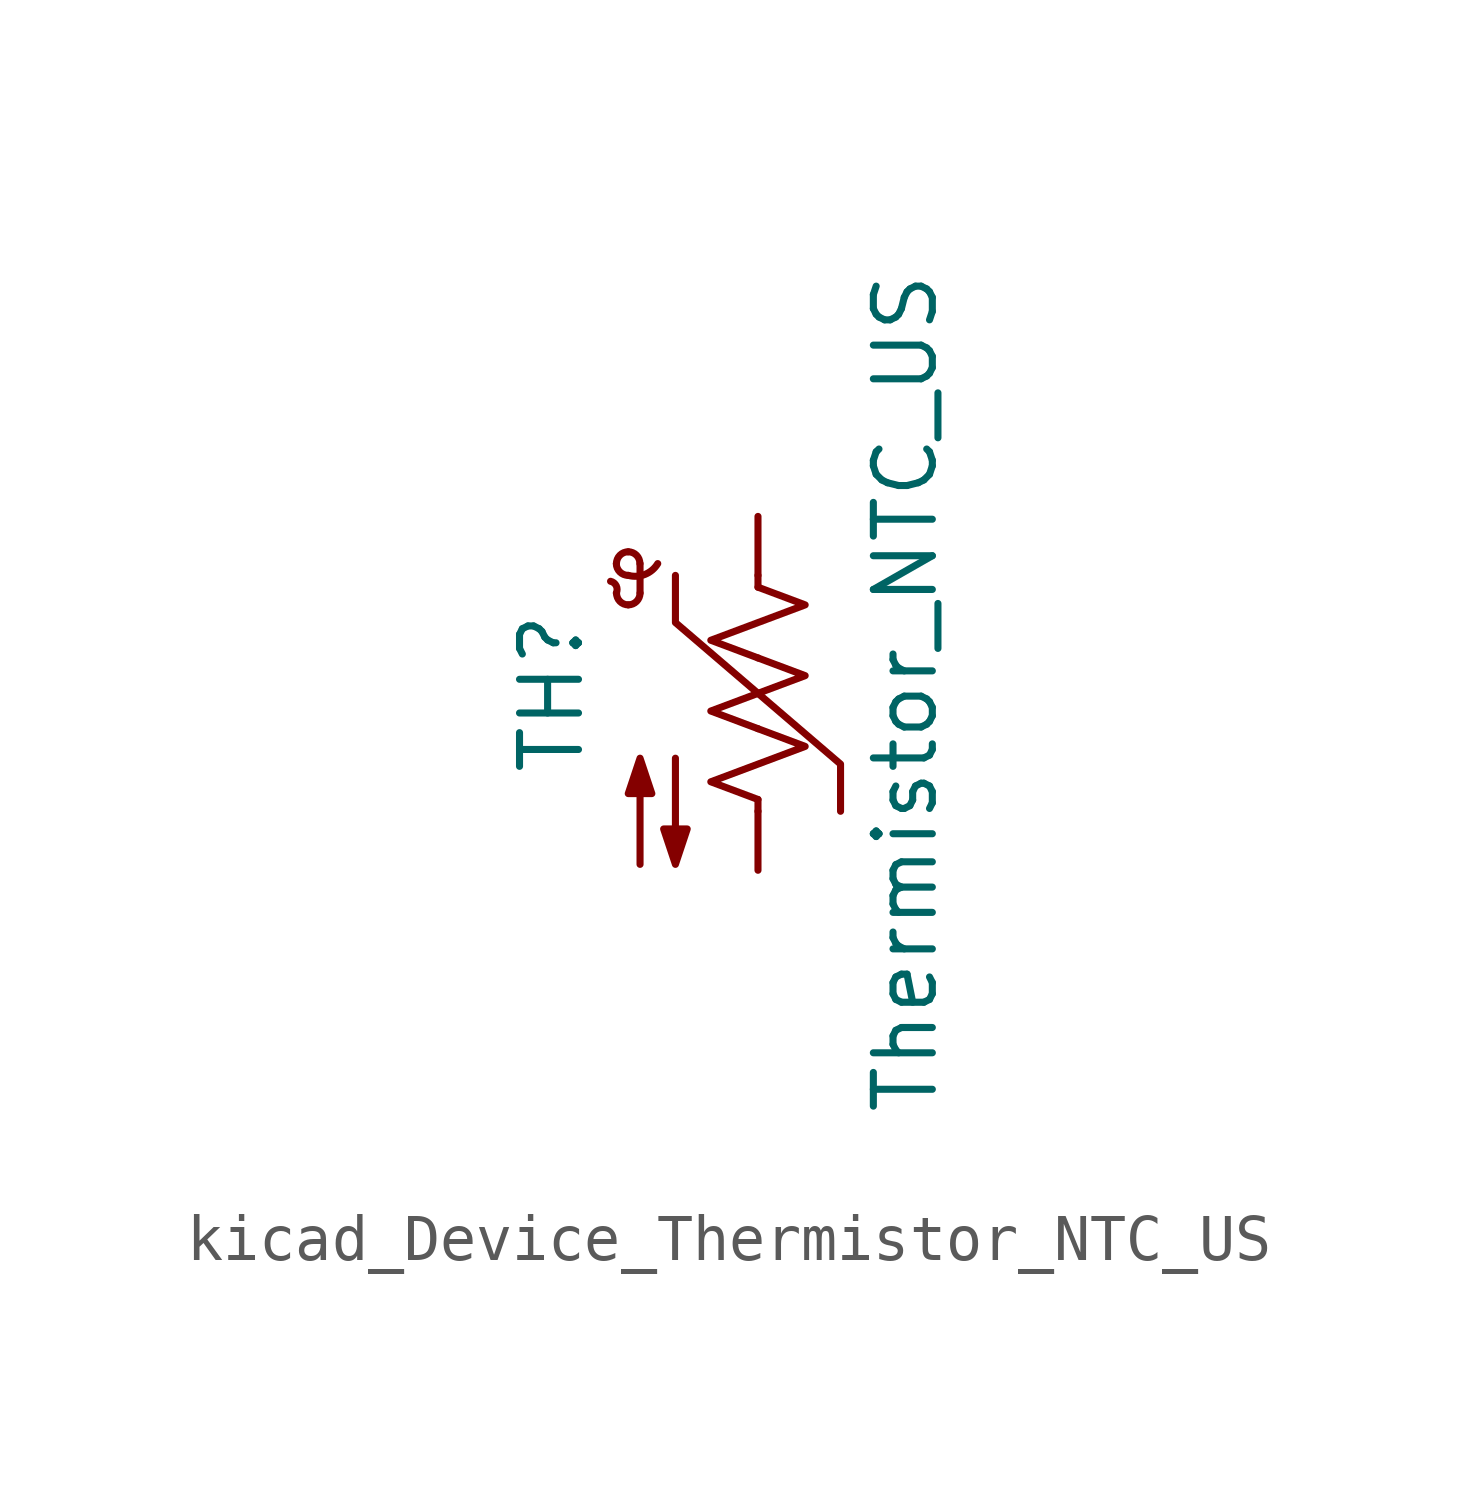
<source format=kicad_sym>
(kicad_symbol_lib
  (version 20220914)
  (generator kicad_symbol_editor)
  (symbol "kicad_Device_Thermistor_NTC_US"
    (pin_numbers hide)
    (pin_names
      (offset 0))
    (property "Reference" "TH"
      (at -4.445 0 90)
      (effects (font (size 1.27 1.27))))
    (property "Value" "Thermistor_NTC_US"
      (at 3.175 0 90)
      (effects (font (size 1.27 1.27))))
    (symbol "kicad_Device_Thermistor_NTC_US_0_1"
      (arc (start -3.048 2.159) (mid -3.0495 2.3143) (end -3.175 2.413) (stroke (width 0) (type default)) (fill (type none)))
      (arc (start -3.048 2.159) (mid -2.9736 1.9794) (end -2.794 1.905) (stroke (width 0) (type default)) (fill (type none)))
      (arc (start -3.048 2.794) (mid -2.9736 2.6144) (end -2.794 2.54) (stroke (width 0) (type default)) (fill (type none)))
      (arc (start -2.794 1.905) (mid -2.6144 1.9794) (end -2.54 2.159) (stroke (width 0) (type default)) (fill (type none)))
      (arc (start -2.794 2.54) (mid -2.4393 2.5587) (end -2.159 2.794) (stroke (width 0) (type default)) (fill (type none)))
      (arc (start -2.794 3.048) (mid -2.9736 2.9736) (end -3.048 2.794) (stroke (width 0) (type default)) (fill (type none)))
      (arc (start -2.54 2.794) (mid -2.6144 2.9736) (end -2.794 3.048) (stroke (width 0) (type default)) (fill (type none)))
      (polyline (pts (xy -2.54 2.159) (xy -2.54 2.794)) (stroke (width 0) (type default)) (fill (type none)))
      (polyline (pts (xy 0 -2.286) (xy 0 -2.54)) (stroke (width 0) (type default)) (fill (type none)))
      (polyline (pts (xy 0 2.286) (xy 0 2.54)) (stroke (width 0) (type default)) (fill (type none)))
      (polyline (pts (xy -1.778 2.54) (xy -1.778 1.524) (xy 1.778 -1.524) (xy 1.778 -2.54)) (stroke (width 0) (type default)) (fill (type none)))
      (polyline (pts (xy 0 -0.762) (xy 1.016 -1.143) (xy 0 -1.524) (xy -1.016 -1.905) (xy 0 -2.286)) (stroke (width 0) (type default)) (fill (type none)))
      (polyline (pts (xy 0 0.762) (xy 1.016 0.381) (xy 0 0) (xy -1.016 -0.381) (xy 0 -0.762)) (stroke (width 0) (type default)) (fill (type none)))
      (polyline (pts (xy 0 2.286) (xy 1.016 1.905) (xy 0 1.524) (xy -1.016 1.143) (xy 0 0.762)) (stroke (width 0) (type default)) (fill (type none)))
      (polyline (pts (xy -2.54 -3.683) (xy -2.54 -1.397) (xy -2.794 -2.159) (xy -2.286 -2.159) (xy -2.54 -1.397) (xy -2.54 -1.651)) (stroke (width 0) (type default)) (fill (type outline)))
      (polyline (pts (xy -1.778 -1.397) (xy -1.778 -3.683) (xy -2.032 -2.921) (xy -1.524 -2.921) (xy -1.778 -3.683) (xy -1.778 -3.429)) (stroke (width 0) (type default)) (fill (type outline))))
    (symbol "kicad_Device_Thermistor_NTC_US_1_1"
      (pin passive line (at 0 3.81 270) (length 1.27) (name "~" (effects (font (size 1.27 1.27)))) (number "1" (effects (font (size 1.27 1.27)))))
      (pin passive line (at 0 -3.81 90) (length 1.27) (name "~" (effects (font (size 1.27 1.27)))) (number "2" (effects (font (size 1.27 1.27))))))))
</source>
